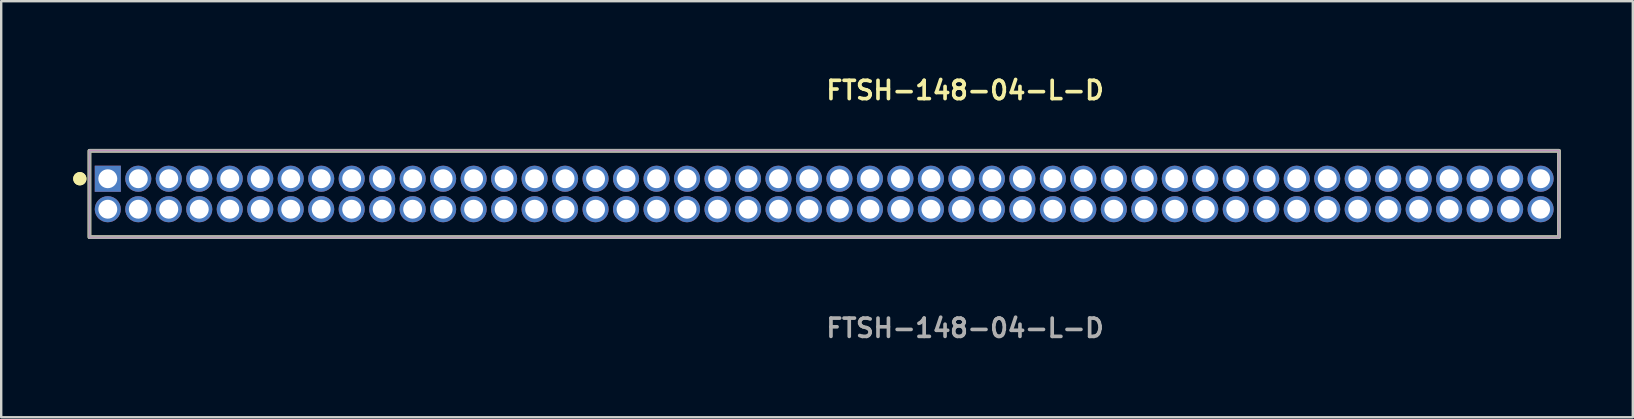
<source format=kicad_pcb>
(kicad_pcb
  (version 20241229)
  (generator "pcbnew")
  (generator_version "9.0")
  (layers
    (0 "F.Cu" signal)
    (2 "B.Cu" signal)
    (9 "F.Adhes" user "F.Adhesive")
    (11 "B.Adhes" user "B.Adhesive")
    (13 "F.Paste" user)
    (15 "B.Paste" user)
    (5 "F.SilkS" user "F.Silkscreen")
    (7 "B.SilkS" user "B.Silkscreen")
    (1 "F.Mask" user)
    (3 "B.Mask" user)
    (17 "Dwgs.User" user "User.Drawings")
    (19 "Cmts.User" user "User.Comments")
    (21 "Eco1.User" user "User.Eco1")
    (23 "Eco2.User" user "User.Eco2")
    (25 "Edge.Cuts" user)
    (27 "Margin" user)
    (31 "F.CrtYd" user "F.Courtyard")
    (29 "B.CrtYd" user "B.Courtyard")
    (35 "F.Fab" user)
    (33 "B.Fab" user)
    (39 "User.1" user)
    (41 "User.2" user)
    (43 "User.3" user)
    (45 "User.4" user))
  (footprint "FTSH-148-04-L-D"
    (layer "F.Cu")
    (at 31.286 5.031)
    (property "Reference" "FTSH-148-04-L-D" (at 0 -4.318 0) (unlocked yes) (layer "F.SilkS") (effects (font (size 0.762 0.762) (thickness 0.152)) (justify left)))
    (fp_rect (start -30.61 1.8) (end 30.61 -1.8) (stroke (width 0.152) (type solid)) (fill no) (layer "F.SilkS"))
    (fp_circle (center -31.01 -0.635) (end -31.21 -0.635) (stroke (width 0.152) (type solid)) (fill yes) (layer "F.SilkS"))
    (fp_circle (center -31.01 -0.635) (end -31.21 -0.635) (stroke (width 0.152) (type solid)) (fill yes) (layer "F.SilkS"))
    (fp_rect (start -30.61 1.8) (end 30.61 -1.8) (stroke (width 0.006) (type solid)) (fill no) (layer "F.CrtYd"))
    (fp_rect (start -30.61 1.8) (end 30.61 -1.8) (stroke (width 0.152) (type solid)) (fill no) (layer "F.Fab"))
    (fp_text user "${REFERENCE}" (at 0 5.588 0) (unlocked yes) (layer "F.Fab") (effects (font (size 0.762 0.762) (thickness 0.152)) (justify left)))
    (pad "1" thru_hole rect (at -29.845 -0.635) (size 1.087 1.087) (drill 0.787) (layers "*.Cu" "*.Mask"))
    (pad "2" thru_hole circle (at -29.845 0.635) (size 1.087 1.087) (drill 0.787) (layers "*.Cu" "*.Mask"))
    (pad "3" thru_hole circle (at -28.575 -0.635) (size 1.087 1.087) (drill 0.787) (layers "*.Cu" "*.Mask"))
    (pad "4" thru_hole circle (at -28.575 0.635) (size 1.087 1.087) (drill 0.787) (layers "*.Cu" "*.Mask"))
    (pad "5" thru_hole circle (at -27.305 -0.635) (size 1.087 1.087) (drill 0.787) (layers "*.Cu" "*.Mask"))
    (pad "6" thru_hole circle (at -27.305 0.635) (size 1.087 1.087) (drill 0.787) (layers "*.Cu" "*.Mask"))
    (pad "7" thru_hole circle (at -26.035 -0.635) (size 1.087 1.087) (drill 0.787) (layers "*.Cu" "*.Mask"))
    (pad "8" thru_hole circle (at -26.035 0.635) (size 1.087 1.087) (drill 0.787) (layers "*.Cu" "*.Mask"))
    (pad "9" thru_hole circle (at -24.765 -0.635) (size 1.087 1.087) (drill 0.787) (layers "*.Cu" "*.Mask"))
    (pad "10" thru_hole circle (at -24.765 0.635) (size 1.087 1.087) (drill 0.787) (layers "*.Cu" "*.Mask"))
    (pad "11" thru_hole circle (at -23.495 -0.635) (size 1.087 1.087) (drill 0.787) (layers "*.Cu" "*.Mask"))
    (pad "12" thru_hole circle (at -23.495 0.635) (size 1.087 1.087) (drill 0.787) (layers "*.Cu" "*.Mask"))
    (pad "13" thru_hole circle (at -22.225 -0.635) (size 1.087 1.087) (drill 0.787) (layers "*.Cu" "*.Mask"))
    (pad "14" thru_hole circle (at -22.225 0.635) (size 1.087 1.087) (drill 0.787) (layers "*.Cu" "*.Mask"))
    (pad "15" thru_hole circle (at -20.955 -0.635) (size 1.087 1.087) (drill 0.787) (layers "*.Cu" "*.Mask"))
    (pad "16" thru_hole circle (at -20.955 0.635) (size 1.087 1.087) (drill 0.787) (layers "*.Cu" "*.Mask"))
    (pad "17" thru_hole circle (at -19.685 -0.635) (size 1.087 1.087) (drill 0.787) (layers "*.Cu" "*.Mask"))
    (pad "18" thru_hole circle (at -19.685 0.635) (size 1.087 1.087) (drill 0.787) (layers "*.Cu" "*.Mask"))
    (pad "19" thru_hole circle (at -18.415 -0.635) (size 1.087 1.087) (drill 0.787) (layers "*.Cu" "*.Mask"))
    (pad "20" thru_hole circle (at -18.415 0.635) (size 1.087 1.087) (drill 0.787) (layers "*.Cu" "*.Mask"))
    (pad "21" thru_hole circle (at -17.145 -0.635) (size 1.087 1.087) (drill 0.787) (layers "*.Cu" "*.Mask"))
    (pad "22" thru_hole circle (at -17.145 0.635) (size 1.087 1.087) (drill 0.787) (layers "*.Cu" "*.Mask"))
    (pad "23" thru_hole circle (at -15.875 -0.635) (size 1.087 1.087) (drill 0.787) (layers "*.Cu" "*.Mask"))
    (pad "24" thru_hole circle (at -15.875 0.635) (size 1.087 1.087) (drill 0.787) (layers "*.Cu" "*.Mask"))
    (pad "25" thru_hole circle (at -14.605 -0.635) (size 1.087 1.087) (drill 0.787) (layers "*.Cu" "*.Mask"))
    (pad "26" thru_hole circle (at -14.605 0.635) (size 1.087 1.087) (drill 0.787) (layers "*.Cu" "*.Mask"))
    (pad "27" thru_hole circle (at -13.335 -0.635) (size 1.087 1.087) (drill 0.787) (layers "*.Cu" "*.Mask"))
    (pad "28" thru_hole circle (at -13.335 0.635) (size 1.087 1.087) (drill 0.787) (layers "*.Cu" "*.Mask"))
    (pad "29" thru_hole circle (at -12.065 -0.635) (size 1.087 1.087) (drill 0.787) (layers "*.Cu" "*.Mask"))
    (pad "30" thru_hole circle (at -12.065 0.635) (size 1.087 1.087) (drill 0.787) (layers "*.Cu" "*.Mask"))
    (pad "31" thru_hole circle (at -10.795 -0.635) (size 1.087 1.087) (drill 0.787) (layers "*.Cu" "*.Mask"))
    (pad "32" thru_hole circle (at -10.795 0.635) (size 1.087 1.087) (drill 0.787) (layers "*.Cu" "*.Mask"))
    (pad "33" thru_hole circle (at -9.525 -0.635) (size 1.087 1.087) (drill 0.787) (layers "*.Cu" "*.Mask"))
    (pad "34" thru_hole circle (at -9.525 0.635) (size 1.087 1.087) (drill 0.787) (layers "*.Cu" "*.Mask"))
    (pad "35" thru_hole circle (at -8.255 -0.635) (size 1.087 1.087) (drill 0.787) (layers "*.Cu" "*.Mask"))
    (pad "36" thru_hole circle (at -8.255 0.635) (size 1.087 1.087) (drill 0.787) (layers "*.Cu" "*.Mask"))
    (pad "37" thru_hole circle (at -6.985 -0.635) (size 1.087 1.087) (drill 0.787) (layers "*.Cu" "*.Mask"))
    (pad "38" thru_hole circle (at -6.985 0.635) (size 1.087 1.087) (drill 0.787) (layers "*.Cu" "*.Mask"))
    (pad "39" thru_hole circle (at -5.715 -0.635) (size 1.087 1.087) (drill 0.787) (layers "*.Cu" "*.Mask"))
    (pad "40" thru_hole circle (at -5.715 0.635) (size 1.087 1.087) (drill 0.787) (layers "*.Cu" "*.Mask"))
    (pad "41" thru_hole circle (at -4.445 -0.635) (size 1.087 1.087) (drill 0.787) (layers "*.Cu" "*.Mask"))
    (pad "42" thru_hole circle (at -4.445 0.635) (size 1.087 1.087) (drill 0.787) (layers "*.Cu" "*.Mask"))
    (pad "43" thru_hole circle (at -3.175 -0.635) (size 1.087 1.087) (drill 0.787) (layers "*.Cu" "*.Mask"))
    (pad "44" thru_hole circle (at -3.175 0.635) (size 1.087 1.087) (drill 0.787) (layers "*.Cu" "*.Mask"))
    (pad "45" thru_hole circle (at -1.905 -0.635) (size 1.087 1.087) (drill 0.787) (layers "*.Cu" "*.Mask"))
    (pad "46" thru_hole circle (at -1.905 0.635) (size 1.087 1.087) (drill 0.787) (layers "*.Cu" "*.Mask"))
    (pad "47" thru_hole circle (at -0.635 -0.635) (size 1.087 1.087) (drill 0.787) (layers "*.Cu" "*.Mask"))
    (pad "48" thru_hole circle (at -0.635 0.635) (size 1.087 1.087) (drill 0.787) (layers "*.Cu" "*.Mask"))
    (pad "49" thru_hole circle (at 0.635 -0.635) (size 1.087 1.087) (drill 0.787) (layers "*.Cu" "*.Mask"))
    (pad "50" thru_hole circle (at 0.635 0.635) (size 1.087 1.087) (drill 0.787) (layers "*.Cu" "*.Mask"))
    (pad "51" thru_hole circle (at 1.905 -0.635) (size 1.087 1.087) (drill 0.787) (layers "*.Cu" "*.Mask"))
    (pad "52" thru_hole circle (at 1.905 0.635) (size 1.087 1.087) (drill 0.787) (layers "*.Cu" "*.Mask"))
    (pad "53" thru_hole circle (at 3.175 -0.635) (size 1.087 1.087) (drill 0.787) (layers "*.Cu" "*.Mask"))
    (pad "54" thru_hole circle (at 3.175 0.635) (size 1.087 1.087) (drill 0.787) (layers "*.Cu" "*.Mask"))
    (pad "55" thru_hole circle (at 4.445 -0.635) (size 1.087 1.087) (drill 0.787) (layers "*.Cu" "*.Mask"))
    (pad "56" thru_hole circle (at 4.445 0.635) (size 1.087 1.087) (drill 0.787) (layers "*.Cu" "*.Mask"))
    (pad "57" thru_hole circle (at 5.715 -0.635) (size 1.087 1.087) (drill 0.787) (layers "*.Cu" "*.Mask"))
    (pad "58" thru_hole circle (at 5.715 0.635) (size 1.087 1.087) (drill 0.787) (layers "*.Cu" "*.Mask"))
    (pad "59" thru_hole circle (at 6.985 -0.635) (size 1.087 1.087) (drill 0.787) (layers "*.Cu" "*.Mask"))
    (pad "60" thru_hole circle (at 6.985 0.635) (size 1.087 1.087) (drill 0.787) (layers "*.Cu" "*.Mask"))
    (pad "61" thru_hole circle (at 8.255 -0.635) (size 1.087 1.087) (drill 0.787) (layers "*.Cu" "*.Mask"))
    (pad "62" thru_hole circle (at 8.255 0.635) (size 1.087 1.087) (drill 0.787) (layers "*.Cu" "*.Mask"))
    (pad "63" thru_hole circle (at 9.525 -0.635) (size 1.087 1.087) (drill 0.787) (layers "*.Cu" "*.Mask"))
    (pad "64" thru_hole circle (at 9.525 0.635) (size 1.087 1.087) (drill 0.787) (layers "*.Cu" "*.Mask"))
    (pad "65" thru_hole circle (at 10.795 -0.635) (size 1.087 1.087) (drill 0.787) (layers "*.Cu" "*.Mask"))
    (pad "66" thru_hole circle (at 10.795 0.635) (size 1.087 1.087) (drill 0.787) (layers "*.Cu" "*.Mask"))
    (pad "67" thru_hole circle (at 12.065 -0.635) (size 1.087 1.087) (drill 0.787) (layers "*.Cu" "*.Mask"))
    (pad "68" thru_hole circle (at 12.065 0.635) (size 1.087 1.087) (drill 0.787) (layers "*.Cu" "*.Mask"))
    (pad "69" thru_hole circle (at 13.335 -0.635) (size 1.087 1.087) (drill 0.787) (layers "*.Cu" "*.Mask"))
    (pad "70" thru_hole circle (at 13.335 0.635) (size 1.087 1.087) (drill 0.787) (layers "*.Cu" "*.Mask"))
    (pad "71" thru_hole circle (at 14.605 -0.635) (size 1.087 1.087) (drill 0.787) (layers "*.Cu" "*.Mask"))
    (pad "72" thru_hole circle (at 14.605 0.635) (size 1.087 1.087) (drill 0.787) (layers "*.Cu" "*.Mask"))
    (pad "73" thru_hole circle (at 15.875 -0.635) (size 1.087 1.087) (drill 0.787) (layers "*.Cu" "*.Mask"))
    (pad "74" thru_hole circle (at 15.875 0.635) (size 1.087 1.087) (drill 0.787) (layers "*.Cu" "*.Mask"))
    (pad "75" thru_hole circle (at 17.145 -0.635) (size 1.087 1.087) (drill 0.787) (layers "*.Cu" "*.Mask"))
    (pad "76" thru_hole circle (at 17.145 0.635) (size 1.087 1.087) (drill 0.787) (layers "*.Cu" "*.Mask"))
    (pad "77" thru_hole circle (at 18.415 -0.635) (size 1.087 1.087) (drill 0.787) (layers "*.Cu" "*.Mask"))
    (pad "78" thru_hole circle (at 18.415 0.635) (size 1.087 1.087) (drill 0.787) (layers "*.Cu" "*.Mask"))
    (pad "79" thru_hole circle (at 19.685 -0.635) (size 1.087 1.087) (drill 0.787) (layers "*.Cu" "*.Mask"))
    (pad "80" thru_hole circle (at 19.685 0.635) (size 1.087 1.087) (drill 0.787) (layers "*.Cu" "*.Mask"))
    (pad "81" thru_hole circle (at 20.955 -0.635) (size 1.087 1.087) (drill 0.787) (layers "*.Cu" "*.Mask"))
    (pad "82" thru_hole circle (at 20.955 0.635) (size 1.087 1.087) (drill 0.787) (layers "*.Cu" "*.Mask"))
    (pad "83" thru_hole circle (at 22.225 -0.635) (size 1.087 1.087) (drill 0.787) (layers "*.Cu" "*.Mask"))
    (pad "84" thru_hole circle (at 22.225 0.635) (size 1.087 1.087) (drill 0.787) (layers "*.Cu" "*.Mask"))
    (pad "85" thru_hole circle (at 23.495 -0.635) (size 1.087 1.087) (drill 0.787) (layers "*.Cu" "*.Mask"))
    (pad "86" thru_hole circle (at 23.495 0.635) (size 1.087 1.087) (drill 0.787) (layers "*.Cu" "*.Mask"))
    (pad "87" thru_hole circle (at 24.765 -0.635) (size 1.087 1.087) (drill 0.787) (layers "*.Cu" "*.Mask"))
    (pad "88" thru_hole circle (at 24.765 0.635) (size 1.087 1.087) (drill 0.787) (layers "*.Cu" "*.Mask"))
    (pad "89" thru_hole circle (at 26.035 -0.635) (size 1.087 1.087) (drill 0.787) (layers "*.Cu" "*.Mask"))
    (pad "90" thru_hole circle (at 26.035 0.635) (size 1.087 1.087) (drill 0.787) (layers "*.Cu" "*.Mask"))
    (pad "91" thru_hole circle (at 27.305 -0.635) (size 1.087 1.087) (drill 0.787) (layers "*.Cu" "*.Mask"))
    (pad "92" thru_hole circle (at 27.305 0.635) (size 1.087 1.087) (drill 0.787) (layers "*.Cu" "*.Mask"))
    (pad "93" thru_hole circle (at 28.575 -0.635) (size 1.087 1.087) (drill 0.787) (layers "*.Cu" "*.Mask"))
    (pad "94" thru_hole circle (at 28.575 0.635) (size 1.087 1.087) (drill 0.787) (layers "*.Cu" "*.Mask"))
    (pad "95" thru_hole circle (at 29.845 -0.635) (size 1.087 1.087) (drill 0.787) (layers "*.Cu" "*.Mask"))
    (pad "96" thru_hole circle (at 29.845 0.635) (size 1.087 1.087) (drill 0.787) (layers "*.Cu" "*.Mask")))
  (gr_rect
    (start -3 -3)
    (end 64.972 14.332)
    (stroke (width 0.1) (type default))
    (fill no)
    (layer "Edge.Cuts")))
</source>
